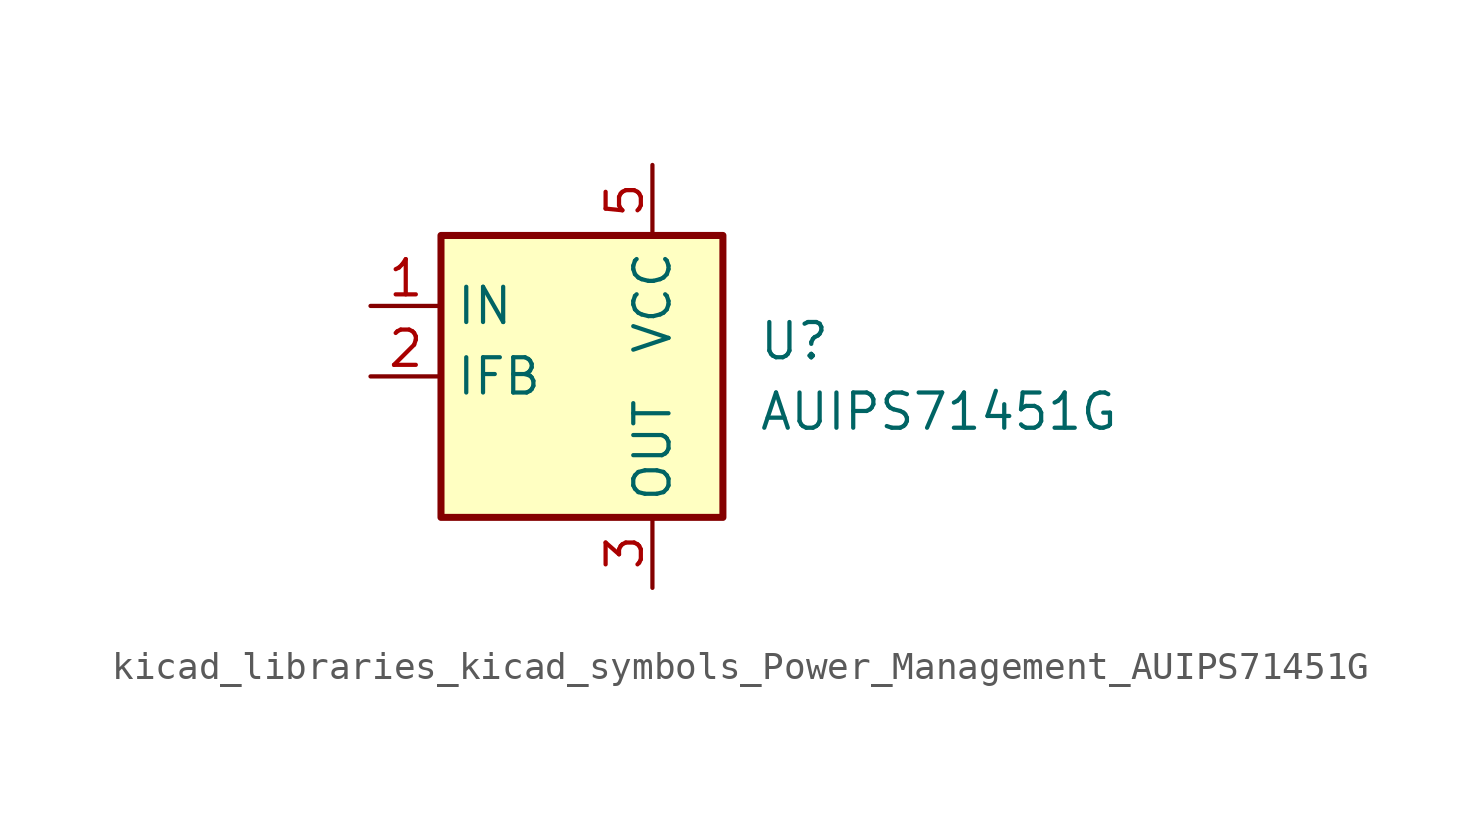
<source format=kicad_sym>
(kicad_symbol_lib
  (version 20220914)
  (generator kicad_symbol_editor)
  (symbol "kicad_libraries_kicad_symbols_Power_Management_AUIPS71451G"
    (property "Reference" "U"
      (at 3.81 1.27 0)
      (effects (font (size 1.27 1.27)) (justify left)))
    (property "Value" "AUIPS71451G"
      (at 3.81 -1.27 0)
      (effects (font (size 1.27 1.27)) (justify left)))
    (symbol "kicad_libraries_kicad_symbols_Power_Management_AUIPS71451G_0_1"
      (rectangle (start -7.62 5.08) (end 2.54 -5.08) (stroke (width 0.254) (type default)) (fill (type background))))
    (symbol "kicad_libraries_kicad_symbols_Power_Management_AUIPS71451G_1_1"
      (pin input line (at -10.16 2.54 0) (length 2.54) (name "IN" (effects (font (size 1.27 1.27)))) (number "1" (effects (font (size 1.27 1.27)))))
      (pin output line (at -10.16 0 0) (length 2.54) (name "IFB" (effects (font (size 1.27 1.27)))) (number "2" (effects (font (size 1.27 1.27)))))
      (pin power_out line (at 0 -7.62 90) (length 2.54) (name "OUT" (effects (font (size 1.27 1.27)))) (number "3" (effects (font (size 1.27 1.27)))))
      (pin passive line (at 0 -7.62 90) (length 2.54) hide (name "OUT" (effects (font (size 1.27 1.27)))) (number "4" (effects (font (size 1.27 1.27)))))
      (pin power_in line (at 0 7.62 270) (length 2.54) (name "VCC" (effects (font (size 1.27 1.27)))) (number "5" (effects (font (size 1.27 1.27)))))
      (pin passive line (at 0 7.62 270) (length 2.54) hide (name "VCC" (effects (font (size 1.27 1.27)))) (number "6" (effects (font (size 1.27 1.27)))))
      (pin passive line (at 0 7.62 270) (length 2.54) hide (name "VCC" (effects (font (size 1.27 1.27)))) (number "7" (effects (font (size 1.27 1.27)))))
      (pin passive line (at 0 7.62 270) (length 2.54) hide (name "VCC" (effects (font (size 1.27 1.27)))) (number "8" (effects (font (size 1.27 1.27))))))))
</source>
